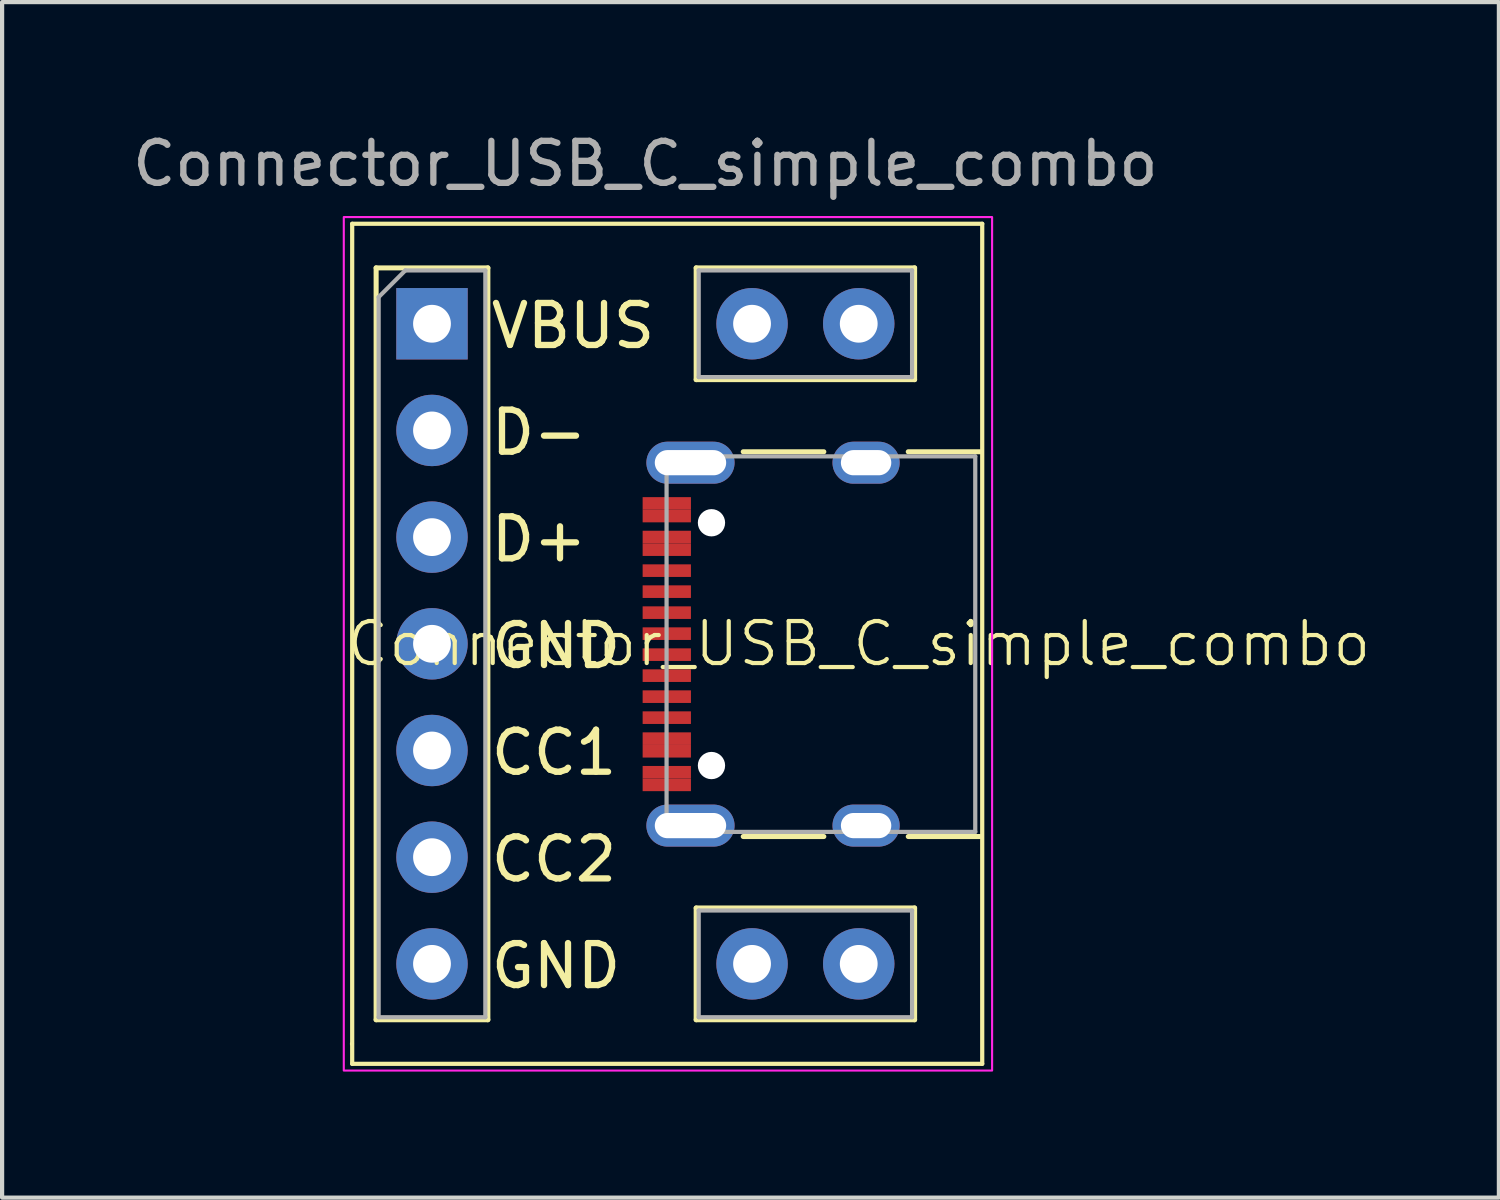
<source format=kicad_pcb>
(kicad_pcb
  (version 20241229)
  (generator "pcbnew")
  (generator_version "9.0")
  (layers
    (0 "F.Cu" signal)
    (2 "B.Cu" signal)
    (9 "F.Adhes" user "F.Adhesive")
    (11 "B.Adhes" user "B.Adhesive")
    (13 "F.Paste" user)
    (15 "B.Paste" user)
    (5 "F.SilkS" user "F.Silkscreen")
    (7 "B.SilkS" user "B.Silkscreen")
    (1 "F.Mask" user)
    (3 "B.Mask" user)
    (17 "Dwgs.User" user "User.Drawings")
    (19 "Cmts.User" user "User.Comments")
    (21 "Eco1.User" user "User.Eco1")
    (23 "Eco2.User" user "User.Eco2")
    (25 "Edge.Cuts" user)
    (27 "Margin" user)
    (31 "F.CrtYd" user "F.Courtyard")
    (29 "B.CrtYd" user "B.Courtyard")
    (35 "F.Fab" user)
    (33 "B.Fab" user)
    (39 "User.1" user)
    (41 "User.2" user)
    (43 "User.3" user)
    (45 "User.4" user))
  (footprint "Connector_USB_C_simple_combo"
    (layer "F.Cu")
    (at 7.235 4.658)
    (property "Reference" "Connector_USB_C_simple_combo" (at 10.16 7.62 0) (unlocked yes) (layer "F.SilkS") (effects (font (size 1 1) (thickness 0.1))))
    (attr through_hole)
    (fp_line (start -1.905 17.145) (end -1.905 17.145) (stroke (width 0.1) (type default)) (layer "F.SilkS"))
    (fp_line (start -1.9 -2.38) (end -1.9 17.62) (stroke (width 0.1) (type default)) (layer "F.SilkS"))
    (fp_line (start -1.9 -2.38) (end 13.1 -2.38) (stroke (width 0.1) (type default)) (layer "F.SilkS"))
    (fp_line (start -1.33 -1.33) (end -1.33 16.57) (stroke (width 0.12) (type solid)) (layer "F.SilkS"))
    (fp_line (start -1.33 -1.33) (end 1.33 -1.33) (stroke (width 0.12) (type solid)) (layer "F.SilkS"))
    (fp_line (start -1.33 16.57) (end 1.33 16.57) (stroke (width 0.12) (type solid)) (layer "F.SilkS"))
    (fp_line (start 1.33 -1.33) (end 1.33 16.57) (stroke (width 0.12) (type solid)) (layer "F.SilkS"))
    (fp_line (start 6.29 -1.33) (end 6.29 1.33) (stroke (width 0.12) (type solid)) (layer "F.SilkS"))
    (fp_line (start 6.29 13.91) (end 6.29 16.57) (stroke (width 0.12) (type solid)) (layer "F.SilkS"))
    (fp_line (start 7.41 12.208) (end 9.329 12.208) (stroke (width 0.12) (type solid)) (layer "F.SilkS"))
    (fp_line (start 9.329 3.048) (end 7.41 3.048) (stroke (width 0.12) (type solid)) (layer "F.SilkS"))
    (fp_line (start 11.339 3.048) (end 13.044 3.048) (stroke (width 0.12) (type solid)) (layer "F.SilkS"))
    (fp_line (start 11.49 -1.33) (end 6.29 -1.33) (stroke (width 0.12) (type solid)) (layer "F.SilkS"))
    (fp_line (start 11.49 -1.33) (end 11.49 1.33) (stroke (width 0.12) (type solid)) (layer "F.SilkS"))
    (fp_line (start 11.49 1.33) (end 6.29 1.33) (stroke (width 0.12) (type solid)) (layer "F.SilkS"))
    (fp_line (start 11.49 13.91) (end 6.29 13.91) (stroke (width 0.12) (type solid)) (layer "F.SilkS"))
    (fp_line (start 11.49 13.91) (end 11.49 16.57) (stroke (width 0.12) (type solid)) (layer "F.SilkS"))
    (fp_line (start 11.49 16.57) (end 6.29 16.57) (stroke (width 0.12) (type solid)) (layer "F.SilkS"))
    (fp_line (start 13.044 12.208) (end 11.339 12.208) (stroke (width 0.12) (type solid)) (layer "F.SilkS"))
    (fp_line (start 13.1 -2.38) (end 13.1 17.62) (stroke (width 0.1) (type default)) (layer "F.SilkS"))
    (fp_line (start 13.1 17.62) (end -1.9 17.62) (stroke (width 0.1) (type default)) (layer "F.SilkS"))
    (fp_rect (start -2.1 -2.54) (end 13.335 17.78) (stroke (width 0.05) (type default)) (fill no) (layer "F.CrtYd"))
    (fp_line (start -1.27 -0.635) (end -0.635 -1.27) (stroke (width 0.1) (type solid)) (layer "F.Fab"))
    (fp_line (start -1.27 16.51) (end -1.27 -0.635) (stroke (width 0.1) (type solid)) (layer "F.Fab"))
    (fp_line (start -0.635 -1.27) (end 1.27 -1.27) (stroke (width 0.1) (type solid)) (layer "F.Fab"))
    (fp_line (start 1.27 -1.27) (end 1.27 16.51) (stroke (width 0.1) (type solid)) (layer "F.Fab"))
    (fp_line (start 1.27 16.51) (end -1.27 16.51) (stroke (width 0.1) (type solid)) (layer "F.Fab"))
    (fp_line (start 5.585 12.098) (end 5.585 3.158) (stroke (width 0.1) (type solid)) (layer "F.Fab"))
    (fp_line (start 5.585 12.098) (end 12.934 12.098) (stroke (width 0.1) (type solid)) (layer "F.Fab"))
    (fp_line (start 6.35 -1.27) (end 11.43 -1.27) (stroke (width 0.1) (type solid)) (layer "F.Fab"))
    (fp_line (start 6.35 1.27) (end 6.35 -1.27) (stroke (width 0.1) (type solid)) (layer "F.Fab"))
    (fp_line (start 6.35 13.97) (end 11.43 13.97) (stroke (width 0.1) (type solid)) (layer "F.Fab"))
    (fp_line (start 6.35 16.51) (end 6.35 13.97) (stroke (width 0.1) (type solid)) (layer "F.Fab"))
    (fp_line (start 11.43 -1.27) (end 11.43 1.27) (stroke (width 0.1) (type solid)) (layer "F.Fab"))
    (fp_line (start 11.43 1.27) (end 6.35 1.27) (stroke (width 0.1) (type solid)) (layer "F.Fab"))
    (fp_line (start 11.43 13.97) (end 11.43 16.51) (stroke (width 0.1) (type solid)) (layer "F.Fab"))
    (fp_line (start 11.43 16.51) (end 6.35 16.51) (stroke (width 0.1) (type solid)) (layer "F.Fab"))
    (fp_line (start 12.934 3.158) (end 5.585 3.158) (stroke (width 0.1) (type solid)) (layer "F.Fab"))
    (fp_line (start 12.934 12.098) (end 12.934 3.158) (stroke (width 0.1) (type solid)) (layer "F.Fab"))
    (fp_text user "VBUS" (at 1.33 0.635 0) (unlocked yes) (layer "F.SilkS") (effects (font (size 1 1) (thickness 0.15)) (justify left bottom)))
    (fp_text user "D-" (at 1.33 3.175 0) (unlocked yes) (layer "F.SilkS") (effects (font (size 1 1) (thickness 0.15)) (justify left bottom)))
    (fp_text user "CC2" (at 1.33 13.335 0) (unlocked yes) (layer "F.SilkS") (effects (font (size 1 1) (thickness 0.15)) (justify left bottom)))
    (fp_text user "GND" (at 1.33 8.255 0) (unlocked yes) (layer "F.SilkS") (effects (font (size 1 1) (thickness 0.15)) (justify left bottom)))
    (fp_text user "GND" (at 1.33 15.875 0) (unlocked yes) (layer "F.SilkS") (effects (font (size 1 1) (thickness 0.15)) (justify left bottom)))
    (fp_text user "CC1" (at 1.33 10.795 0) (unlocked yes) (layer "F.SilkS") (effects (font (size 1 1) (thickness 0.15)) (justify left bottom)))
    (fp_text user "D+" (at 1.33 5.715 0) (unlocked yes) (layer "F.SilkS") (effects (font (size 1 1) (thickness 0.15)) (justify left bottom)))
    (fp_text user "${REFERENCE}" (at 5.08 -3.81 0) (unlocked yes) (layer "F.Fab") (effects (font (size 1 1) (thickness 0.15))))
    (pad "" np_thru_hole circle (at 6.654 4.738 90) (size 0.65 0.65) (drill 0.65) (layers "*.Cu" "*.Mask"))
    (pad "" np_thru_hole circle (at 6.654 10.518 90) (size 0.65 0.65) (drill 0.65) (layers "*.Cu" "*.Mask"))
    (pad "" thru_hole oval (at 7.62 0 270) (size 1.7 1.7) (drill 0.9) (layers "*.Cu" "*.Mask"))
    (pad "" thru_hole oval (at 7.62 15.24 270) (size 1.7 1.7) (drill 0.9) (layers "*.Cu" "*.Mask"))
    (pad "" thru_hole oval (at 10.16 0 270) (size 1.7 1.7) (drill 0.9) (layers "*.Cu" "*.Mask"))
    (pad "" thru_hole oval (at 10.16 15.24 270) (size 1.7 1.7) (drill 0.9) (layers "*.Cu" "*.Mask"))
    (pad "A1" thru_hole oval (at 0 7.62) (size 1.7 1.7) (drill 0.9) (layers "*.Cu" "*.Mask"))
    (pad "A1" smd rect (at 5.59 10.978 90) (size 0.3 1.15) (layers "F.Cu" "F.Mask" "F.Paste"))
    (pad "A4" thru_hole rect (at 0 0) (size 1.7 1.7) (drill 0.9) (layers "*.Cu" "*.Mask"))
    (pad "A4" smd rect (at 5.59 10.178 90) (size 0.3 1.15) (layers "F.Cu" "F.Mask" "F.Paste"))
    (pad "A5" thru_hole oval (at 0 10.16) (size 1.7 1.7) (drill 0.9) (layers "*.Cu" "*.Mask"))
    (pad "A5" smd rect (at 5.59 8.878 90) (size 0.3 1.15) (layers "F.Cu" "F.Mask" "F.Paste"))
    (pad "A6" thru_hole oval (at 0 5.08) (size 1.7 1.7) (drill 0.9) (layers "*.Cu" "*.Mask"))
    (pad "A6" smd rect (at 5.59 7.878 90) (size 0.3 1.15) (layers "F.Cu" "F.Mask" "F.Paste"))
    (pad "A7" thru_hole oval (at 0 2.54) (size 1.7 1.7) (drill 0.9) (layers "*.Cu" "*.Mask"))
    (pad "A7" smd rect (at 5.59 7.378 90) (size 0.3 1.15) (layers "F.Cu" "F.Mask" "F.Paste"))
    (pad "A8" smd rect (at 5.59 6.378 90) (size 0.3 1.15) (layers "F.Cu" "F.Mask" "F.Paste"))
    (pad "A9" smd rect (at 5.59 5.078 90) (size 0.3 1.15) (layers "F.Cu" "F.Mask" "F.Paste"))
    (pad "A12" thru_hole oval (at 0 15.24) (size 1.7 1.7) (drill 0.9) (layers "*.Cu" "*.Mask"))
    (pad "A12" smd rect (at 5.59 4.278 90) (size 0.3 1.15) (layers "F.Cu" "F.Mask" "F.Paste"))
    (pad "B1" smd rect (at 5.59 4.578 90) (size 0.3 1.15) (layers "F.Cu" "F.Mask" "F.Paste"))
    (pad "B4" smd rect (at 5.59 5.378 90) (size 0.3 1.15) (layers "F.Cu" "F.Mask" "F.Paste"))
    (pad "B5" thru_hole oval (at 0 12.7) (size 1.7 1.7) (drill 0.9) (layers "*.Cu" "*.Mask"))
    (pad "B5" smd rect (at 5.59 5.878 90) (size 0.3 1.15) (layers "F.Cu" "F.Mask" "F.Paste"))
    (pad "B6" smd rect (at 5.59 6.878 90) (size 0.3 1.15) (layers "F.Cu" "F.Mask" "F.Paste"))
    (pad "B7" smd rect (at 5.59 8.378 90) (size 0.3 1.15) (layers "F.Cu" "F.Mask" "F.Paste"))
    (pad "B8" smd rect (at 5.59 9.378 90) (size 0.3 1.15) (layers "F.Cu" "F.Mask" "F.Paste"))
    (pad "B9" smd rect (at 5.59 9.878 90) (size 0.3 1.15) (layers "F.Cu" "F.Mask" "F.Paste"))
    (pad "B12" smd rect (at 5.59 10.678 90) (size 0.3 1.15) (layers "F.Cu" "F.Mask" "F.Paste"))
    (pad "S1" thru_hole oval (at 6.154 3.308 90) (size 1 2.1) (drill oval 0.6 1.7) (layers "*.Cu" "*.Mask"))
    (pad "S1" thru_hole oval (at 6.154 11.948 90) (size 1 2.1) (drill oval 0.6 1.7) (layers "*.Cu" "*.Mask"))
    (pad "S1" thru_hole oval (at 10.335 3.308 90) (size 1 1.6) (drill oval 0.6 1.2) (layers "*.Cu" "*.Mask"))
    (pad "S1" thru_hole oval (at 10.335 11.948 90) (size 1 1.6) (drill oval 0.6 1.2) (layers "*.Cu" "*.Mask")))
  (gr_rect
    (start -3 -3)
    (end 32.636 25.463)
    (stroke (width 0.1) (type default))
    (fill no)
    (layer "Edge.Cuts")))
</source>
